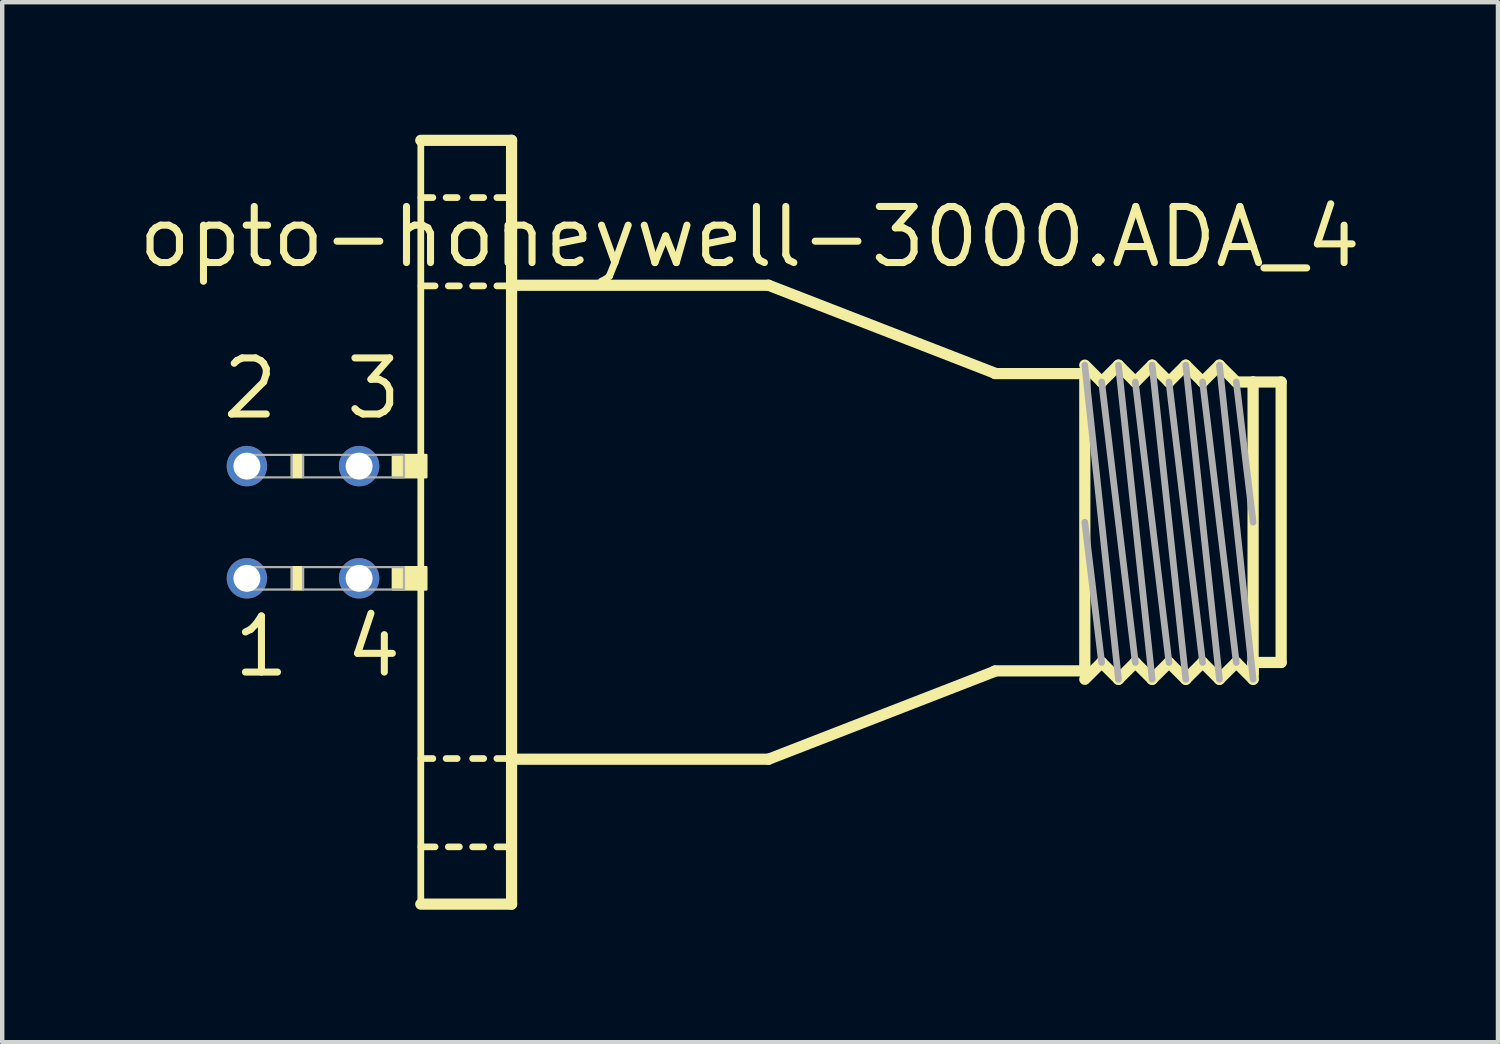
<source format=kicad_pcb>
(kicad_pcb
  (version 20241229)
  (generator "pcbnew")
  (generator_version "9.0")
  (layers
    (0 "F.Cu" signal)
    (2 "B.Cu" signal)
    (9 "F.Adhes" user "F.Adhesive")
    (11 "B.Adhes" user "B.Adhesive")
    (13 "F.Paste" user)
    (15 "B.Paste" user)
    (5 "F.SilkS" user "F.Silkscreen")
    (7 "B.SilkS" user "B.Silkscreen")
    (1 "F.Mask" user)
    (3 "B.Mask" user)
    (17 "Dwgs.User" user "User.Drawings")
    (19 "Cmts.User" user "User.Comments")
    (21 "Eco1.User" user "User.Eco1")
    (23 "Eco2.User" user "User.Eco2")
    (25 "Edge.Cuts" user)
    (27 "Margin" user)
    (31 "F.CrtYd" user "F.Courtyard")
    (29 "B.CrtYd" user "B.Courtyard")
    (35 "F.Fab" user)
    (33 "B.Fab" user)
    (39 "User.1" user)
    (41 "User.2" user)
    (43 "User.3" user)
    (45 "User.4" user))
  (footprint "opto-honeywell-3000.ADA_4"
    (layer "F.Cu")
    (at 6.35 8.773)
    (property "Reference" "opto-honeywell-3000.ADA_4" (at -6.35 -5.715 0) (layer "F.SilkS") (effects (font (size 1.27 1.27) (thickness 0.16)) (justify left bottom)))
    (attr through_hole)
    (fp_line (start 0.127 -8.646) (end 2.182 -8.646) (stroke (width 0.254) (type default)) (layer "F.SilkS"))
    (fp_line (start 0.127 8.646) (end 0.127 -8.646) (stroke (width 0.152) (type default)) (layer "F.SilkS"))
    (fp_line (start 0.13 -7.35) (end 0.4 -7.35) (stroke (width 0.152) (type default)) (layer "F.SilkS"))
    (fp_line (start 0.13 -5.35) (end 0.45 -5.35) (stroke (width 0.152) (type default)) (layer "F.SilkS"))
    (fp_line (start 0.13 5.35) (end 0.4 5.35) (stroke (width 0.152) (type default)) (layer "F.SilkS"))
    (fp_line (start 0.13 7.35) (end 0.45 7.35) (stroke (width 0.152) (type default)) (layer "F.SilkS"))
    (fp_line (start 0.7 -7.35) (end 0.95 -7.35) (stroke (width 0.152) (type default)) (layer "F.SilkS"))
    (fp_line (start 0.7 5.35) (end 0.95 5.35) (stroke (width 0.152) (type default)) (layer "F.SilkS"))
    (fp_line (start 0.75 -5.35) (end 1 -5.35) (stroke (width 0.152) (type default)) (layer "F.SilkS"))
    (fp_line (start 0.75 7.35) (end 1 7.35) (stroke (width 0.152) (type default)) (layer "F.SilkS"))
    (fp_line (start 1.3 -7.35) (end 1.55 -7.35) (stroke (width 0.152) (type default)) (layer "F.SilkS"))
    (fp_line (start 1.3 -5.35) (end 1.55 -5.35) (stroke (width 0.152) (type default)) (layer "F.SilkS"))
    (fp_line (start 1.3 5.35) (end 1.55 5.35) (stroke (width 0.152) (type default)) (layer "F.SilkS"))
    (fp_line (start 1.3 7.35) (end 1.55 7.35) (stroke (width 0.152) (type default)) (layer "F.SilkS"))
    (fp_line (start 1.85 -7.35) (end 2.11 -7.35) (stroke (width 0.152) (type default)) (layer "F.SilkS"))
    (fp_line (start 1.85 -5.35) (end 2.11 -5.35) (stroke (width 0.152) (type default)) (layer "F.SilkS"))
    (fp_line (start 1.85 5.35) (end 2.11 5.35) (stroke (width 0.152) (type default)) (layer "F.SilkS"))
    (fp_line (start 1.85 7.35) (end 2.11 7.35) (stroke (width 0.152) (type default)) (layer "F.SilkS"))
    (fp_line (start 2.182 -8.646) (end 2.182 8.646) (stroke (width 0.254) (type default)) (layer "F.SilkS"))
    (fp_line (start 2.182 8.646) (end 0.127 8.646) (stroke (width 0.254) (type default)) (layer "F.SilkS"))
    (fp_line (start 2.229 -5.365) (end 8 -5.365) (stroke (width 0.254) (type default)) (layer "F.SilkS"))
    (fp_line (start 2.329 5.365) (end 8 5.365) (stroke (width 0.254) (type default)) (layer "F.SilkS"))
    (fp_line (start 8 -5.365) (end 13.127 -3.373) (stroke (width 0.254) (type default)) (layer "F.SilkS"))
    (fp_line (start 8 5.365) (end 13.127 3.373) (stroke (width 0.254) (type default)) (layer "F.SilkS"))
    (fp_line (start 13.127 -3.365) (end 15.16 -3.365) (stroke (width 0.254) (type default)) (layer "F.SilkS"))
    (fp_line (start 15.16 -3.556) (end 15.541 -3.175) (stroke (width 0.254) (type default)) (layer "F.SilkS"))
    (fp_line (start 15.16 -3.365) (end 15.16 -3.429) (stroke (width 0.254) (type default)) (layer "F.SilkS"))
    (fp_line (start 15.16 3.365) (end 13.127 3.365) (stroke (width 0.254) (type default)) (layer "F.SilkS"))
    (fp_line (start 15.16 3.365) (end 15.16 -3.365) (stroke (width 0.254) (type default)) (layer "F.SilkS"))
    (fp_line (start 15.16 3.429) (end 15.16 3.365) (stroke (width 0.254) (type default)) (layer "F.SilkS"))
    (fp_line (start 15.541 -3.175) (end 15.922 -3.556) (stroke (width 0.254) (type default)) (layer "F.SilkS"))
    (fp_line (start 15.541 3.175) (end 15.16 3.556) (stroke (width 0.254) (type default)) (layer "F.SilkS"))
    (fp_line (start 15.922 -3.556) (end 16.303 -3.175) (stroke (width 0.254) (type default)) (layer "F.SilkS"))
    (fp_line (start 15.922 3.556) (end 15.541 3.175) (stroke (width 0.254) (type default)) (layer "F.SilkS"))
    (fp_line (start 15.922 3.556) (end 16.303 3.175) (stroke (width 0.254) (type default)) (layer "F.SilkS"))
    (fp_line (start 16.303 -3.175) (end 16.684 -3.556) (stroke (width 0.254) (type default)) (layer "F.SilkS"))
    (fp_line (start 16.303 3.175) (end 16.684 3.556) (stroke (width 0.254) (type default)) (layer "F.SilkS"))
    (fp_line (start 16.684 -3.556) (end 17.065 -3.175) (stroke (width 0.254) (type default)) (layer "F.SilkS"))
    (fp_line (start 17.065 -3.175) (end 17.446 -3.556) (stroke (width 0.254) (type default)) (layer "F.SilkS"))
    (fp_line (start 17.065 3.175) (end 16.684 3.556) (stroke (width 0.254) (type default)) (layer "F.SilkS"))
    (fp_line (start 17.446 -3.556) (end 17.827 -3.175) (stroke (width 0.254) (type default)) (layer "F.SilkS"))
    (fp_line (start 17.446 3.556) (end 17.065 3.175) (stroke (width 0.254) (type default)) (layer "F.SilkS"))
    (fp_line (start 17.827 -3.175) (end 18.208 -3.556) (stroke (width 0.254) (type default)) (layer "F.SilkS"))
    (fp_line (start 17.827 3.175) (end 17.446 3.556) (stroke (width 0.254) (type default)) (layer "F.SilkS"))
    (fp_line (start 18.208 -3.556) (end 18.589 -3.175) (stroke (width 0.254) (type default)) (layer "F.SilkS"))
    (fp_line (start 18.208 3.556) (end 17.827 3.175) (stroke (width 0.254) (type default)) (layer "F.SilkS"))
    (fp_line (start 18.589 -3.175) (end 18.97 -3.175) (stroke (width 0.254) (type default)) (layer "F.SilkS"))
    (fp_line (start 18.589 3.175) (end 18.208 3.556) (stroke (width 0.254) (type default)) (layer "F.SilkS"))
    (fp_line (start 18.97 -3.175) (end 19.605 -3.175) (stroke (width 0.254) (type default)) (layer "F.SilkS"))
    (fp_line (start 18.97 3.175) (end 18.97 -3.175) (stroke (width 0.254) (type default)) (layer "F.SilkS"))
    (fp_line (start 18.97 3.175) (end 18.97 3.556) (stroke (width 0.254) (type default)) (layer "F.SilkS"))
    (fp_line (start 18.97 3.429) (end 18.97 3.175) (stroke (width 0.254) (type default)) (layer "F.SilkS"))
    (fp_line (start 18.97 3.556) (end 18.589 3.175) (stroke (width 0.254) (type default)) (layer "F.SilkS"))
    (fp_line (start 19.605 -3.175) (end 19.605 3.175) (stroke (width 0.254) (type default)) (layer "F.SilkS"))
    (fp_line (start 19.605 3.175) (end 18.97 3.175) (stroke (width 0.254) (type default)) (layer "F.SilkS"))
    (fp_rect (start -2.794 -1.016) (end -2.54 -1.524) (stroke (width 0.05) (type default)) (fill yes) (layer "F.SilkS"))
    (fp_rect (start -2.794 1.524) (end -2.54 1.016) (stroke (width 0.05) (type default)) (fill yes) (layer "F.SilkS"))
    (fp_rect (start -0.508 -1.016) (end 0.254 -1.524) (stroke (width 0.05) (type default)) (fill yes) (layer "F.SilkS"))
    (fp_rect (start -0.508 1.524) (end 0.254 1.016) (stroke (width 0.05) (type default)) (fill yes) (layer "F.SilkS"))
    (fp_line (start 15.16 -3.556) (end 15.922 3.556) (stroke (width 0.152) (type default)) (layer "F.Fab"))
    (fp_line (start 15.541 -3.175) (end 16.303 3.175) (stroke (width 0.152) (type default)) (layer "F.Fab"))
    (fp_line (start 15.541 3.175) (end 15.16 0) (stroke (width 0.152) (type default)) (layer "F.Fab"))
    (fp_line (start 15.922 -3.556) (end 16.684 3.556) (stroke (width 0.152) (type default)) (layer "F.Fab"))
    (fp_line (start 16.303 -3.175) (end 17.065 3.175) (stroke (width 0.152) (type default)) (layer "F.Fab"))
    (fp_line (start 16.684 -3.556) (end 17.446 3.556) (stroke (width 0.152) (type default)) (layer "F.Fab"))
    (fp_line (start 17.065 -3.175) (end 17.827 3.175) (stroke (width 0.152) (type default)) (layer "F.Fab"))
    (fp_line (start 17.446 -3.556) (end 18.208 3.556) (stroke (width 0.152) (type default)) (layer "F.Fab"))
    (fp_line (start 17.827 -3.175) (end 18.589 3.175) (stroke (width 0.152) (type default)) (layer "F.Fab"))
    (fp_line (start 18.208 -3.556) (end 18.97 3.556) (stroke (width 0.152) (type default)) (layer "F.Fab"))
    (fp_line (start 18.97 0) (end 18.589 -3.175) (stroke (width 0.152) (type default)) (layer "F.Fab"))
    (fp_rect (start -3.937 -1.016) (end -2.794 -1.524) (stroke (width 0.05) (type default)) (fill no) (layer "F.Fab"))
    (fp_rect (start -3.937 1.524) (end -2.794 1.016) (stroke (width 0.05) (type default)) (fill no) (layer "F.Fab"))
    (fp_rect (start -2.54 -1.016) (end -1.397 -1.524) (stroke (width 0.05) (type default)) (fill no) (layer "F.Fab"))
    (fp_rect (start -2.54 1.524) (end -1.397 1.016) (stroke (width 0.05) (type default)) (fill no) (layer "F.Fab"))
    (fp_rect (start -1.397 -1.016) (end -0.254 -1.524) (stroke (width 0.05) (type default)) (fill no) (layer "F.Fab"))
    (fp_rect (start -1.397 1.524) (end -0.254 1.016) (stroke (width 0.05) (type default)) (fill no) (layer "F.Fab"))
    (fp_text user "1" (at -4.191 3.556 0) (layer "F.SilkS") (effects (font (size 1.27 1.27) (thickness 0.16)) (justify left bottom)))
    (fp_text user "2" (at -4.445 -2.286 0) (layer "F.SilkS") (effects (font (size 1.27 1.27) (thickness 0.16)) (justify left bottom)))
    (fp_text user "3" (at -1.651 -2.286 0) (layer "F.SilkS") (effects (font (size 1.27 1.27) (thickness 0.16)) (justify left bottom)))
    (fp_text user "4" (at -1.651 3.556 0) (layer "F.SilkS") (effects (font (size 1.27 1.27) (thickness 0.16)) (justify left bottom)))
    (pad "1" thru_hole circle (at -3.81 1.27) (size 0.914 0.914) (drill 0.61) (layers "*.Cu" "*.Mask"))
    (pad "2" thru_hole circle (at -3.81 -1.27) (size 0.914 0.914) (drill 0.61) (layers "*.Cu" "*.Mask"))
    (pad "3" thru_hole circle (at -1.27 -1.27) (size 0.914 0.914) (drill 0.61) (layers "*.Cu" "*.Mask"))
    (pad "4" thru_hole circle (at -1.27 1.27) (size 0.914 0.914) (drill 0.61) (layers "*.Cu" "*.Mask")))
  (gr_rect
    (start -3 -3)
    (end 30.864 20.545)
    (stroke (width 0.1) (type default))
    (fill no)
    (layer "Edge.Cuts")))
</source>
